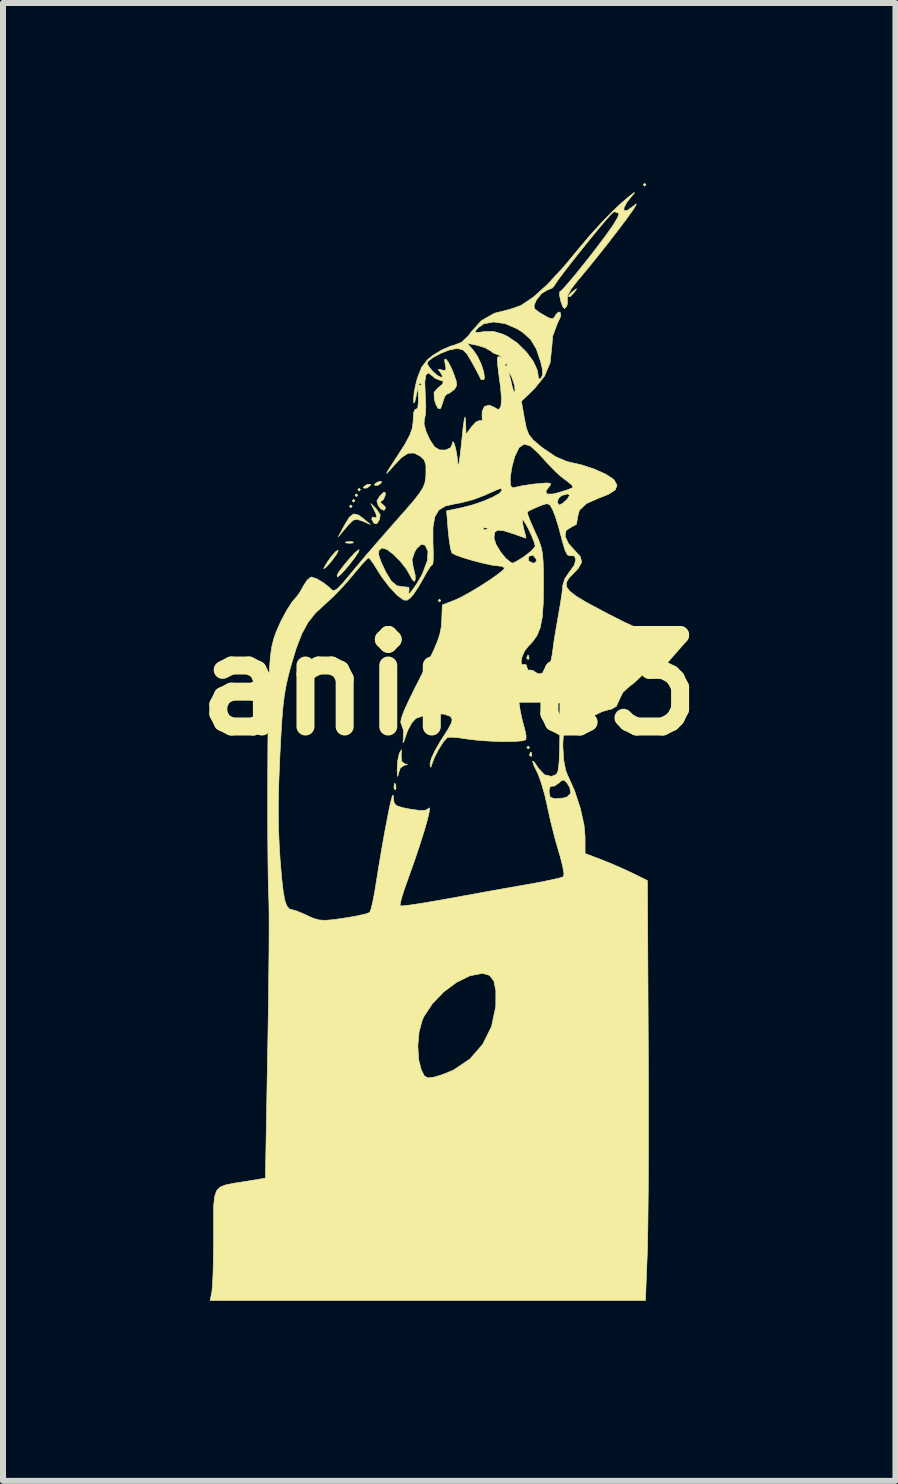
<source format=kicad_pcb>
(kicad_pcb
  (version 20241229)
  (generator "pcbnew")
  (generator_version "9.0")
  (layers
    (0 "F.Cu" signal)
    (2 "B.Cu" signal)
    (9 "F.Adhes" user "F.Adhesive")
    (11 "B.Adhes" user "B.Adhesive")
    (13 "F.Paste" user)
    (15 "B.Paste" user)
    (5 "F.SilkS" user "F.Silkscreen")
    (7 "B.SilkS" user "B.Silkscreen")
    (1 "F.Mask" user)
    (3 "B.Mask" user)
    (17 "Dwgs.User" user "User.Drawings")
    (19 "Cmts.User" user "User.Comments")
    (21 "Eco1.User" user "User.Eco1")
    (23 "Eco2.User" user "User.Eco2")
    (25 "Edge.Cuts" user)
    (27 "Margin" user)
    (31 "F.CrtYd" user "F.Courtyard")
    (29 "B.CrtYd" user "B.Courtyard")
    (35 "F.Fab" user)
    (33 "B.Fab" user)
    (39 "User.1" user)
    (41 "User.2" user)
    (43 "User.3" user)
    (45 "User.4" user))
  (footprint "anime3"
    (layer "F.Cu")
    (at 4.434 8.364)
    (property "Reference" "anime3" (at 0 0 0) (layer "F.SilkS") (effects (font (size 1.524 1.524) (thickness 0.3))))
    (attr through_hole)
    (fp_poly (pts (xy -1.616 -2.979) (xy -1.639 -2.956) (xy -1.663 -2.979) (xy -1.639 -3.002) (xy -1.616 -2.979)) (stroke (width 0.01) (type solid)) (fill yes) (layer "F.SilkS"))
    (fp_poly (pts (xy -1.57 -3.071) (xy -1.593 -3.048) (xy -1.616 -3.071) (xy -1.593 -3.094) (xy -1.57 -3.071)) (stroke (width 0.01) (type solid)) (fill yes) (layer "F.SilkS"))
    (fp_poly (pts (xy -1.524 -3.163) (xy -1.547 -3.14) (xy -1.57 -3.163) (xy -1.547 -3.187) (xy -1.524 -3.163)) (stroke (width 0.01) (type solid)) (fill yes) (layer "F.SilkS"))
    (fp_poly (pts (xy -1.478 -3.256) (xy -1.501 -3.233) (xy -1.524 -3.256) (xy -1.501 -3.279) (xy -1.478 -3.256)) (stroke (width 0.01) (type solid)) (fill yes) (layer "F.SilkS"))
    (fp_poly (pts (xy -0.139 -1.409) (xy -0.162 -1.385) (xy -0.185 -1.409) (xy -0.162 -1.432) (xy -0.139 -1.409)) (stroke (width 0.01) (type solid)) (fill yes) (layer "F.SilkS"))
    (fp_poly (pts (xy 1.339 1.039) (xy 1.316 1.062) (xy 1.293 1.039) (xy 1.316 1.016) (xy 1.339 1.039)) (stroke (width 0.01) (type solid)) (fill yes) (layer "F.SilkS"))
    (fp_poly (pts (xy 3.279 -8.336) (xy 3.256 -8.313) (xy 3.233 -8.336) (xy 3.256 -8.359) (xy 3.279 -8.336)) (stroke (width 0.01) (type solid)) (fill yes) (layer "F.SilkS"))
    (fp_poly (pts (xy -1.605 -2.386) (xy -1.599 -2.369) (xy -1.663 -2.363) (xy -1.728 -2.37) (xy -1.72 -2.386) (xy -1.626 -2.392) (xy -1.605 -2.386)) (stroke (width 0.01) (type solid)) (fill yes) (layer "F.SilkS"))
    (fp_poly (pts (xy -0.892 1.654) (xy -0.887 1.726) (xy -0.896 1.742) (xy -0.917 1.729) (xy -0.92 1.682) (xy -0.909 1.633) (xy -0.892 1.654)) (stroke (width 0.01) (type solid)) (fill yes) (layer "F.SilkS"))
    (fp_poly (pts (xy 1.324 -0.493) (xy 1.329 -0.438) (xy 1.324 -0.431) (xy 1.296 -0.437) (xy 1.293 -0.462) (xy 1.31 -0.5) (xy 1.324 -0.493)) (stroke (width 0.01) (type solid)) (fill yes) (layer "F.SilkS"))
    (fp_poly (pts (xy 1.37 1.124) (xy 1.376 1.179) (xy 1.37 1.185) (xy 1.343 1.179) (xy 1.339 1.155) (xy 1.356 1.117) (xy 1.37 1.124)) (stroke (width 0.01) (type solid)) (fill yes) (layer "F.SilkS"))
    (fp_poly (pts (xy -1.317 -3.325) (xy -1.366 -3.286) (xy -1.419 -3.28) (xy -1.432 -3.297) (xy -1.395 -3.327) (xy -1.36 -3.343) (xy -1.312 -3.346) (xy -1.317 -3.325)) (stroke (width 0.01) (type solid)) (fill yes) (layer "F.SilkS"))
    (fp_poly (pts (xy -1.132 -3.371) (xy -1.181 -3.332) (xy -1.234 -3.326) (xy -1.247 -3.343) (xy -1.211 -3.373) (xy -1.175 -3.389) (xy -1.128 -3.392) (xy -1.132 -3.371)) (stroke (width 0.01) (type solid)) (fill yes) (layer "F.SilkS"))
    (fp_poly (pts (xy 2.11 -6.58) (xy 2.084 -6.546) (xy 2.017 -6.474) (xy 1.987 -6.475) (xy 1.986 -6.483) (xy 2.017 -6.521) (xy 2.067 -6.564) (xy 2.121 -6.604) (xy 2.11 -6.58)) (stroke (width 0.01) (type solid)) (fill yes) (layer "F.SilkS"))
    (fp_poly (pts (xy -1.85 -2.24) (xy -1.878 -2.18) (xy -1.949 -2.082) (xy -1.99 -2.032) (xy -2.061 -1.957) (xy -2.09 -1.94) (xy -2.082 -1.963) (xy -2.022 -2.062) (xy -1.952 -2.157) (xy -1.889 -2.226) (xy -1.853 -2.248) (xy -1.85 -2.24)) (stroke (width 0.01) (type solid)) (fill yes) (layer "F.SilkS"))
    (fp_poly (pts (xy -1.508 -2.832) (xy -1.425 -2.77) (xy -1.316 -2.677) (xy -1.448 -2.734) (xy -1.535 -2.763) (xy -1.598 -2.749) (xy -1.672 -2.679) (xy -1.714 -2.63) (xy -1.847 -2.471) (xy -1.743 -2.667) (xy -1.662 -2.8) (xy -1.59 -2.853) (xy -1.508 -2.832)) (stroke (width 0.01) (type solid)) (fill yes) (layer "F.SilkS"))
    (fp_poly (pts (xy -1.501 -2.255) (xy -1.516 -2.212) (xy -1.574 -2.124) (xy -1.657 -2.016) (xy -1.745 -1.911) (xy -1.821 -1.832) (xy -1.861 -1.803) (xy -1.868 -1.832) (xy -1.838 -1.886) (xy -1.743 -2.011) (xy -1.644 -2.127) (xy -1.56 -2.215) (xy -1.508 -2.255) (xy -1.501 -2.255)) (stroke (width 0.01) (type solid)) (fill yes) (layer "F.SilkS"))
    (fp_poly (pts (xy -1.213 -2.933) (xy -1.15 -2.839) (xy -1.162 -2.759) (xy -1.205 -2.69) (xy -1.241 -2.69) (xy -1.262 -2.709) (xy -1.292 -2.766) (xy -1.277 -2.801) (xy -1.247 -2.794) (xy -1.205 -2.787) (xy -1.219 -2.852) (xy -1.253 -2.924) (xy -1.305 -3.025) (xy -1.213 -2.933)) (stroke (width 0.01) (type solid)) (fill yes) (layer "F.SilkS"))
    (fp_poly (pts (xy -1.064 -3.203) (xy -1.062 -3.175) (xy -1.094 -3.095) (xy -1.12 -3.075) (xy -1.154 -3.045) (xy -1.12 -3.021) (xy -1.067 -2.97) (xy -1.062 -2.952) (xy -1.085 -2.911) (xy -1.139 -2.936) (xy -1.182 -2.99) (xy -1.205 -3.07) (xy -1.154 -3.153) (xy -1.147 -3.16) (xy -1.086 -3.216) (xy -1.064 -3.203)) (stroke (width 0.01) (type solid)) (fill yes) (layer "F.SilkS"))
    (fp_poly (pts (xy -0.794 1.105) (xy -0.801 1.164) (xy -0.792 1.271) (xy -0.744 1.309) (xy -0.696 1.326) (xy -0.739 1.333) (xy -0.747 1.334) (xy -0.815 1.381) (xy -0.844 1.466) (xy -0.857 1.522) (xy -0.864 1.491) (xy -0.867 1.409) (xy -0.859 1.264) (xy -0.834 1.147) (xy -0.827 1.131) (xy -0.798 1.078) (xy -0.794 1.105)) (stroke (width 0.01) (type solid)) (fill yes) (layer "F.SilkS"))
    (fp_poly (pts (xy 3.06 -8.169) (xy 2.961 -8.047) (xy 2.912 -7.954) (xy 2.912 -7.903) (xy 2.962 -7.906) (xy 3.061 -7.975) (xy 3.065 -7.978) (xy 3.114 -8.017) (xy 3.113 -7.999) (xy 3.06 -7.915) (xy 3.047 -7.897) (xy 2.945 -7.754) (xy 2.8 -7.563) (xy 2.631 -7.344) (xy 2.455 -7.122) (xy 2.288 -6.916) (xy 2.15 -6.75) (xy 2.137 -6.736) (xy 2.035 -6.604) (xy 1.976 -6.498) (xy 1.968 -6.445) (xy 1.969 -6.35) (xy 1.952 -6.304) (xy 1.92 -6.272) (xy 1.889 -6.311) (xy 1.86 -6.394) (xy 1.837 -6.499) (xy 1.842 -6.555) (xy 1.849 -6.558) (xy 1.888 -6.592) (xy 1.974 -6.689) (xy 2.097 -6.834) (xy 2.245 -7.018) (xy 2.379 -7.187) (xy 2.58 -7.451) (xy 2.723 -7.651) (xy 2.805 -7.787) (xy 2.828 -7.856) (xy 2.824 -7.862) (xy 2.756 -7.887) (xy 2.733 -7.879) (xy 2.684 -7.832) (xy 2.593 -7.728) (xy 2.471 -7.583) (xy 2.33 -7.411) (xy 2.183 -7.228) (xy 2.041 -7.049) (xy 1.916 -6.887) (xy 1.819 -6.758) (xy 1.764 -6.677) (xy 1.755 -6.658) (xy 1.716 -6.615) (xy 1.64 -6.585) (xy 1.539 -6.525) (xy 1.455 -6.421) (xy 1.454 -6.419) (xy 1.413 -6.326) (xy 1.421 -6.27) (xy 1.493 -6.214) (xy 1.534 -6.189) (xy 1.654 -6.12) (xy 1.72 -6.102) (xy 1.756 -6.131) (xy 1.773 -6.168) (xy 1.819 -6.215) (xy 1.848 -6.211) (xy 1.86 -6.153) (xy 1.809 -6.04) (xy 1.803 -6.029) (xy 1.724 -5.816) (xy 1.709 -5.639) (xy 1.681 -5.373) (xy 1.589 -5.15) (xy 1.421 -4.941) (xy 1.391 -4.911) (xy 1.202 -4.73) (xy 1.253 -4.439) (xy 1.285 -4.282) (xy 1.326 -4.175) (xy 1.396 -4.086) (xy 1.515 -3.984) (xy 1.561 -3.948) (xy 1.774 -3.805) (xy 1.964 -3.724) (xy 2.006 -3.715) (xy 2.212 -3.667) (xy 2.42 -3.598) (xy 2.601 -3.517) (xy 2.727 -3.437) (xy 2.748 -3.417) (xy 2.796 -3.33) (xy 2.766 -3.252) (xy 2.653 -3.179) (xy 2.496 -3.118) (xy 2.287 -3.025) (xy 2.168 -2.914) (xy 2.134 -2.783) (xy 2.135 -2.77) (xy 2.12 -2.68) (xy 2.035 -2.633) (xy 2.032 -2.632) (xy 1.945 -2.576) (xy 1.931 -2.479) (xy 1.987 -2.358) (xy 2.08 -2.255) (xy 2.183 -2.142) (xy 2.207 -2.049) (xy 2.152 -1.948) (xy 2.078 -1.87) (xy 1.996 -1.785) (xy 1.952 -1.711) (xy 1.953 -1.64) (xy 2.006 -1.566) (xy 2.117 -1.48) (xy 2.294 -1.374) (xy 2.544 -1.24) (xy 2.702 -1.158) (xy 2.905 -1.055) (xy 3.049 -0.988) (xy 3.158 -0.951) (xy 3.256 -0.938) (xy 3.365 -0.942) (xy 3.452 -0.95) (xy 3.61 -0.964) (xy 3.696 -0.962) (xy 3.733 -0.938) (xy 3.739 -0.894) (xy 3.715 -0.785) (xy 3.681 -0.712) (xy 3.603 -0.599) (xy 3.483 -0.454) (xy 3.343 -0.298) (xy 3.202 -0.152) (xy 3.08 -0.038) (xy 2.998 0.024) (xy 2.893 0.121) (xy 2.835 0.24) (xy 2.784 0.353) (xy 2.701 0.401) (xy 2.663 0.407) (xy 2.542 0.443) (xy 2.402 0.513) (xy 2.369 0.534) (xy 2.247 0.605) (xy 2.144 0.644) (xy 2.122 0.647) (xy 2.008 0.657) (xy 1.94 0.699) (xy 1.905 0.79) (xy 1.894 0.95) (xy 1.893 1.023) (xy 1.906 1.244) (xy 1.94 1.419) (xy 1.963 1.479) (xy 2.087 1.757) (xy 2.184 2.052) (xy 2.246 2.331) (xy 2.263 2.528) (xy 2.263 2.805) (xy 2.528 2.905) (xy 2.73 2.987) (xy 2.947 3.083) (xy 3.048 3.131) (xy 3.302 3.256) (xy 3.316 5.957) (xy 3.318 6.478) (xy 3.319 6.994) (xy 3.319 7.494) (xy 3.318 7.967) (xy 3.316 8.4) (xy 3.312 8.783) (xy 3.308 9.103) (xy 3.303 9.35) (xy 3.3 9.456) (xy 3.269 10.252) (xy -3.983 10.252) (xy -3.954 10.108) (xy -3.945 10.014) (xy -3.936 9.847) (xy -3.93 9.625) (xy -3.926 9.368) (xy -3.925 9.183) (xy -3.926 8.889) (xy -3.924 8.673) (xy -3.909 8.522) (xy -3.875 8.423) (xy -3.814 8.361) (xy -3.717 8.324) (xy -3.577 8.297) (xy -3.39 8.268) (xy -3.062 8.214) (xy -3.024 6.058) (xy -3.023 6.01) (xy -0.523 6.01) (xy -0.509 6.24) (xy -0.466 6.41) (xy -0.415 6.511) (xy -0.354 6.544) (xy -0.259 6.532) (xy -0.126 6.493) (xy 0.032 6.43) (xy 0.079 6.408) (xy 0.347 6.227) (xy 0.559 5.982) (xy 0.705 5.688) (xy 0.774 5.362) (xy 0.776 5.335) (xy 0.777 5.093) (xy 0.744 4.929) (xy 0.671 4.835) (xy 0.557 4.803) (xy 0.547 4.803) (xy 0.343 4.843) (xy 0.123 4.951) (xy -0.092 5.111) (xy -0.28 5.307) (xy -0.422 5.522) (xy -0.449 5.579) (xy -0.502 5.776) (xy -0.523 6.01) (xy -3.023 6.01) (xy -3.016 5.608) (xy -3.01 5.175) (xy -3.006 4.772) (xy -3.002 4.408) (xy -3.001 4.094) (xy -3.001 3.842) (xy -3.003 3.663) (xy -3.005 3.579) (xy -3.011 3.424) (xy -3.016 3.191) (xy -3.02 2.895) (xy -3.023 2.551) (xy -3.024 2.174) (xy -3.024 2.034) (xy -2.848 2.034) (xy -2.844 2.391) (xy -2.829 2.733) (xy -2.817 2.909) (xy -2.792 3.212) (xy -2.767 3.433) (xy -2.739 3.586) (xy -2.705 3.68) (xy -2.664 3.729) (xy -2.615 3.742) (xy -2.544 3.762) (xy -2.428 3.81) (xy -2.378 3.833) (xy -2.267 3.884) (xy -2.171 3.912) (xy -2.066 3.919) (xy -1.925 3.907) (xy -1.722 3.877) (xy -1.695 3.873) (xy -1.527 3.843) (xy -1.396 3.813) (xy -1.328 3.789) (xy -1.325 3.787) (xy -1.302 3.73) (xy -1.272 3.603) (xy -1.239 3.43) (xy -1.225 3.343) (xy -1.178 3.048) (xy -1.127 2.745) (xy -1.076 2.456) (xy -1.028 2.204) (xy -0.989 2.01) (xy -0.973 1.94) (xy -0.947 1.844) (xy -0.934 1.834) (xy -0.928 1.897) (xy -0.917 1.966) (xy -0.874 2.01) (xy -0.778 2.041) (xy -0.658 2.065) (xy -0.489 2.089) (xy -0.392 2.084) (xy -0.355 2.061) (xy -0.329 2.045) (xy -0.332 2.106) (xy -0.361 2.234) (xy -0.413 2.418) (xy -0.486 2.648) (xy -0.575 2.915) (xy -0.679 3.208) (xy -0.693 3.246) (xy -0.756 3.425) (xy -0.8 3.569) (xy -0.819 3.659) (xy -0.818 3.677) (xy -0.767 3.677) (xy -0.64 3.662) (xy -0.454 3.634) (xy -0.224 3.595) (xy -0.039 3.562) (xy 0.274 3.505) (xy 0.611 3.444) (xy 0.937 3.385) (xy 1.219 3.336) (xy 1.293 3.323) (xy 1.515 3.283) (xy 1.703 3.244) (xy 1.839 3.213) (xy 1.905 3.191) (xy 1.907 3.189) (xy 1.911 3.133) (xy 1.889 3.011) (xy 1.847 2.848) (xy 1.829 2.79) (xy 1.762 2.555) (xy 1.694 2.287) (xy 1.639 2.04) (xy 1.638 2.032) (xy 1.591 1.827) (xy 1.576 1.775) (xy 1.663 1.775) (xy 1.681 1.865) (xy 1.753 1.893) (xy 1.774 1.893) (xy 1.894 1.882) (xy 1.959 1.865) (xy 2.025 1.804) (xy 2.008 1.704) (xy 1.968 1.639) (xy 1.914 1.58) (xy 1.866 1.594) (xy 1.826 1.631) (xy 1.75 1.682) (xy 1.705 1.683) (xy 1.674 1.702) (xy 1.663 1.775) (xy 1.576 1.775) (xy 1.536 1.635) (xy 1.484 1.492) (xy 1.473 1.468) (xy 1.411 1.337) (xy 1.389 1.269) (xy 1.405 1.269) (xy 1.46 1.346) (xy 1.477 1.374) (xy 1.584 1.492) (xy 1.701 1.521) (xy 1.786 1.488) (xy 1.813 1.427) (xy 1.831 1.281) (xy 1.84 1.048) (xy 1.842 0.868) (xy 1.844 0.283) (xy 1.501 0.285) (xy 1.159 0.286) (xy 1.184 0.432) (xy 1.217 0.585) (xy 1.256 0.73) (xy 1.28 0.84) (xy 1.277 0.907) (xy 1.275 0.911) (xy 1.21 0.929) (xy 1.077 0.939) (xy 0.898 0.941) (xy 0.697 0.934) (xy 0.496 0.921) (xy 0.32 0.901) (xy 0.29 0.896) (xy 0.135 0.874) (xy 0.017 0.867) (xy -0.034 0.874) (xy -0.098 0.947) (xy -0.176 1.069) (xy -0.246 1.203) (xy -0.279 1.289) (xy -0.305 1.367) (xy -0.316 1.359) (xy -0.319 1.306) (xy -0.297 1.22) (xy -0.233 1.085) (xy -0.142 0.926) (xy -0.118 0.89) (xy -0.018 0.734) (xy 0.035 0.634) (xy 0.049 0.574) (xy 0.029 0.534) (xy 0.009 0.516) (xy -0.091 0.482) (xy -0.242 0.479) (xy -0.406 0.502) (xy -0.548 0.551) (xy -0.555 0.555) (xy -0.621 0.625) (xy -0.689 0.749) (xy -0.716 0.821) (xy -0.754 0.933) (xy -0.77 0.96) (xy -0.766 0.904) (xy -0.763 0.882) (xy -0.762 0.75) (xy -0.794 0.659) (xy -0.808 0.619) (xy -0.797 0.55) (xy -0.758 0.442) (xy -0.686 0.282) (xy -0.577 0.059) (xy -0.492 -0.108) (xy -0.357 -0.376) (xy -0.352 -0.387) (xy 1.197 -0.387) (xy 1.21 -0.34) (xy 1.247 -0.346) (xy 1.286 -0.335) (xy 1.293 -0.3) (xy 1.313 -0.249) (xy 1.336 -0.252) (xy 1.395 -0.246) (xy 1.408 -0.232) (xy 1.481 -0.188) (xy 1.577 -0.199) (xy 1.652 -0.26) (xy 1.655 -0.266) (xy 1.685 -0.358) (xy 1.714 -0.5) (xy 1.725 -0.577) (xy 1.747 -0.739) (xy 1.781 -0.948) (xy 1.818 -1.162) (xy 1.821 -1.178) (xy 1.854 -1.367) (xy 1.879 -1.533) (xy 1.891 -1.646) (xy 1.892 -1.66) (xy 1.924 -1.768) (xy 2.001 -1.885) (xy 2.015 -1.9) (xy 2.084 -2) (xy 2.108 -2.092) (xy 2.086 -2.152) (xy 2.018 -2.157) (xy 2.013 -2.155) (xy 1.971 -2.168) (xy 1.93 -2.245) (xy 1.884 -2.4) (xy 1.868 -2.462) (xy 1.819 -2.646) (xy 1.768 -2.81) (xy 1.725 -2.92) (xy 1.724 -2.921) (xy 1.679 -3.001) (xy 1.63 -3.024) (xy 1.546 -3) (xy 1.49 -2.977) (xy 1.378 -2.928) (xy 1.309 -2.892) (xy 1.302 -2.887) (xy 1.31 -2.839) (xy 1.351 -2.73) (xy 1.416 -2.583) (xy 1.426 -2.56) (xy 1.486 -2.429) (xy 1.526 -2.318) (xy 1.551 -2.206) (xy 1.564 -2.068) (xy 1.569 -1.882) (xy 1.57 -1.653) (xy 1.566 -1.352) (xy 1.549 -1.125) (xy 1.515 -0.954) (xy 1.46 -0.822) (xy 1.379 -0.711) (xy 1.314 -0.644) (xy 1.254 -0.565) (xy 1.213 -0.471) (xy 1.197 -0.387) (xy -0.352 -0.387) (xy -0.259 -0.58) (xy -0.194 -0.735) (xy -0.154 -0.859) (xy -0.133 -0.968) (xy -0.125 -1.072) (xy -0.115 -1.336) (xy 0.083 -1.411) (xy 0.201 -1.466) (xy 0.353 -1.55) (xy 0.518 -1.649) (xy 0.677 -1.752) (xy 0.81 -1.846) (xy 0.899 -1.918) (xy 0.923 -1.951) (xy 0.884 -1.978) (xy 0.819 -1.986) (xy 0.717 -1.998) (xy 0.567 -2.03) (xy 0.398 -2.074) (xy 0.236 -2.122) (xy 0.11 -2.167) (xy 0.047 -2.2) (xy 0.025 -2.263) (xy 0.003 -2.391) (xy -0.005 -2.46) (xy 0.747 -2.46) (xy 0.748 -2.443) (xy 0.781 -2.342) (xy 0.853 -2.222) (xy 0.942 -2.112) (xy 1.026 -2.043) (xy 1.06 -2.032) (xy 1.111 -2.056) (xy 1.209 -2.116) (xy 1.232 -2.131) (xy 1.32 -2.131) (xy 1.321 -2.069) (xy 1.39 -2.034) (xy 1.415 -2.032) (xy 1.454 -2.065) (xy 1.448 -2.101) (xy 1.396 -2.165) (xy 1.334 -2.149) (xy 1.32 -2.131) (xy 1.232 -2.131) (xy 1.259 -2.149) (xy 1.363 -2.231) (xy 1.425 -2.3) (xy 1.432 -2.319) (xy 1.414 -2.386) (xy 1.372 -2.492) (xy 1.317 -2.608) (xy 1.264 -2.705) (xy 1.227 -2.757) (xy 1.219 -2.759) (xy 1.219 -2.708) (xy 1.241 -2.606) (xy 1.244 -2.595) (xy 1.271 -2.496) (xy 1.279 -2.449) (xy 1.278 -2.448) (xy 1.234 -2.463) (xy 1.133 -2.498) (xy 1.085 -2.516) (xy 0.912 -2.571) (xy 0.807 -2.582) (xy 0.757 -2.546) (xy 0.747 -2.46) (xy -0.005 -2.46) (xy -0.016 -2.558) (xy -0.017 -2.572) (xy -0.021 -2.617) (xy 0.57 -2.617) (xy 0.576 -2.59) (xy 0.6 -2.586) (xy 0.638 -2.603) (xy 0.631 -2.617) (xy 0.576 -2.622) (xy 0.57 -2.617) (xy -0.021 -2.617) (xy -0.044 -2.903) (xy 0.218 -2.958) (xy 0.391 -3.003) (xy 0.513 -3.045) (xy 1.801 -3.045) (xy 1.827 -3.004) (xy 1.84 -3.002) (xy 1.897 -3.033) (xy 1.963 -3.094) (xy 2.008 -3.164) (xy 1.976 -3.186) (xy 1.874 -3.159) (xy 1.819 -3.11) (xy 1.801 -3.045) (xy 0.513 -3.045) (xy 0.566 -3.063) (xy 0.72 -3.129) (xy 0.832 -3.191) (xy 0.877 -3.24) (xy 0.877 -3.242) (xy 0.873 -3.269) (xy 0.847 -3.273) (xy 0.781 -3.249) (xy 0.656 -3.193) (xy 0.596 -3.166) (xy 0.406 -3.093) (xy 0.198 -3.038) (xy 0.105 -3.022) (xy -0.061 -2.985) (xy -0.174 -2.917) (xy -0.241 -2.801) (xy -0.271 -2.624) (xy -0.271 -2.373) (xy -0.27 -2.353) (xy -0.265 -2.187) (xy -0.267 -2.066) (xy -0.275 -2.011) (xy -0.278 -2.01) (xy -0.311 -1.981) (xy -0.37 -1.89) (xy -0.432 -1.778) (xy -0.517 -1.631) (xy -0.599 -1.509) (xy -0.645 -1.456) (xy -0.703 -1.414) (xy -0.757 -1.418) (xy -0.837 -1.475) (xy -0.884 -1.516) (xy -0.998 -1.637) (xy -1.118 -1.795) (xy -1.178 -1.888) (xy -1.256 -2.013) (xy -1.317 -2.099) (xy -1.343 -2.123) (xy -1.382 -2.09) (xy -1.463 -2.002) (xy -1.572 -1.874) (xy -1.614 -1.822) (xy -1.761 -1.653) (xy -1.918 -1.488) (xy -2.055 -1.36) (xy -2.067 -1.35) (xy -2.226 -1.204) (xy -2.351 -1.047) (xy -2.455 -0.857) (xy -2.549 -0.614) (xy -2.632 -0.339) (xy -2.68 -0.161) (xy -2.717 0.001) (xy -2.746 0.166) (xy -2.769 0.353) (xy -2.788 0.579) (xy -2.805 0.863) (xy -2.821 1.175) (xy -2.84 1.637) (xy -2.848 2.034) (xy -3.024 2.034) (xy -3.024 1.779) (xy -3.023 1.379) (xy -3.021 0.991) (xy -3.017 0.629) (xy -3.013 0.307) (xy -3.007 0.04) (xy -3.006 0.025) (xy -2.995 -0.258) (xy -2.98 -0.47) (xy -2.957 -0.634) (xy -2.924 -0.77) (xy -2.883 -0.886) (xy -2.801 -1.071) (xy -2.705 -1.249) (xy -2.612 -1.394) (xy -2.537 -1.478) (xy -2.498 -1.531) (xy -2.44 -1.632) (xy -2.43 -1.651) (xy -2.365 -1.75) (xy -2.304 -1.8) (xy -2.295 -1.801) (xy -2.209 -1.773) (xy -2.095 -1.705) (xy -1.99 -1.621) (xy -1.958 -1.588) (xy -1.921 -1.572) (xy -1.864 -1.605) (xy -1.774 -1.697) (xy -1.658 -1.837) (xy -1.537 -1.983) (xy -1.378 -2.171) (xy -1.176 -2.171) (xy -1.135 -2.05) (xy -1.06 -1.89) (xy -0.967 -1.736) (xy -0.874 -1.656) (xy -0.764 -1.637) (xy -0.748 -1.638) (xy -0.672 -1.629) (xy -0.669 -1.579) (xy -0.681 -1.524) (xy -0.657 -1.533) (xy -0.607 -1.591) (xy -0.543 -1.684) (xy -0.476 -1.798) (xy -0.442 -1.864) (xy -0.364 -2.073) (xy -0.354 -2.227) (xy -0.354 -2.228) (xy -0.399 -2.33) (xy -0.465 -2.346) (xy -0.542 -2.276) (xy -0.575 -2.221) (xy -0.62 -2.09) (xy -0.599 -1.957) (xy -0.595 -1.945) (xy -0.567 -1.832) (xy -0.566 -1.754) (xy -0.586 -1.727) (xy -0.623 -1.769) (xy -0.638 -1.801) (xy -0.71 -1.93) (xy -0.814 -2.062) (xy -0.929 -2.178) (xy -1.036 -2.259) (xy -1.116 -2.285) (xy -1.124 -2.282) (xy -1.172 -2.244) (xy -1.176 -2.171) (xy -1.378 -2.171) (xy -1.373 -2.177) (xy -1.183 -2.397) (xy -0.986 -2.622) (xy -0.904 -2.715) (xy -0.717 -2.927) (xy -0.582 -3.084) (xy -0.492 -3.201) (xy -0.436 -3.291) (xy -0.406 -3.368) (xy -0.396 -3.427) (xy 1.016 -3.427) (xy 1.022 -3.322) (xy 1.054 -3.288) (xy 1.12 -3.3) (xy 1.225 -3.323) (xy 1.379 -3.346) (xy 1.478 -3.357) (xy 1.62 -3.368) (xy 1.685 -3.362) (xy 1.687 -3.336) (xy 1.674 -3.321) (xy 1.611 -3.232) (xy 1.627 -3.185) (xy 1.72 -3.183) (xy 1.829 -3.209) (xy 1.958 -3.25) (xy 2.045 -3.284) (xy 2.063 -3.294) (xy 2.044 -3.332) (xy 1.97 -3.394) (xy 1.96 -3.401) (xy 1.867 -3.471) (xy 1.766 -3.563) (xy 1.639 -3.694) (xy 1.481 -3.868) (xy 1.351 -3.985) (xy 1.248 -4.015) (xy 1.163 -3.957) (xy 1.092 -3.808) (xy 1.09 -3.802) (xy 1.045 -3.636) (xy 1.019 -3.475) (xy 1.016 -3.427) (xy -0.396 -3.427) (xy -0.392 -3.447) (xy -0.388 -3.512) (xy -0.388 -3.66) (xy -0.414 -3.748) (xy -0.474 -3.809) (xy -0.476 -3.81) (xy -0.585 -3.867) (xy -0.685 -3.863) (xy -0.794 -3.792) (xy -0.92 -3.66) (xy -1.002 -3.567) (xy -1.041 -3.527) (xy -1.037 -3.546) (xy -0.986 -3.628) (xy -0.887 -3.781) (xy -0.855 -3.829) (xy -0.732 -4.023) (xy -0.656 -4.166) (xy -0.615 -4.281) (xy -0.606 -4.354) (xy -0.42 -4.354) (xy -0.386 -4.225) (xy -0.32 -4.082) (xy -0.243 -3.967) (xy -0.16 -3.918) (xy -0.059 -3.917) (xy 0.023 -3.956) (xy 0.049 -4.012) (xy 0.06 -4.058) (xy 0.08 -4.032) (xy 0.104 -3.954) (xy 0.126 -3.844) (xy 0.141 -3.721) (xy 0.142 -3.695) (xy 0.15 -3.657) (xy 0.163 -3.702) (xy 0.181 -3.821) (xy 0.202 -4.006) (xy 0.208 -4.064) (xy 0.23 -4.278) (xy 0.249 -4.414) (xy 0.262 -4.466) (xy 0.271 -4.431) (xy 0.272 -4.41) (xy 0.28 -4.179) (xy 0.375 -4.307) (xy 0.449 -4.385) (xy 0.508 -4.409) (xy 0.513 -4.407) (xy 0.549 -4.407) (xy 0.55 -4.418) (xy 0.547 -4.491) (xy 0.549 -4.56) (xy 0.587 -4.643) (xy 0.669 -4.665) (xy 0.765 -4.62) (xy 0.774 -4.61) (xy 0.829 -4.59) (xy 0.862 -4.649) (xy 0.871 -4.777) (xy 0.856 -4.956) (xy 0.825 -5.187) (xy 0.822 -5.214) (xy 0.991 -5.214) (xy 0.995 -5.195) (xy 1.025 -5.081) (xy 1.052 -4.965) (xy 1.076 -4.889) (xy 1.095 -4.893) (xy 1.097 -4.901) (xy 1.089 -4.992) (xy 1.049 -5.114) (xy 1.041 -5.132) (xy 1.002 -5.208) (xy 0.991 -5.214) (xy 0.822 -5.214) (xy 0.808 -5.334) (xy 0.924 -5.334) (xy 0.947 -5.311) (xy 0.97 -5.334) (xy 0.947 -5.357) (xy 0.924 -5.334) (xy 0.808 -5.334) (xy 0.807 -5.341) (xy 0.803 -5.43) (xy 0.811 -5.47) (xy 0.833 -5.473) (xy 0.845 -5.467) (xy 0.875 -5.459) (xy 0.862 -5.477) (xy 0.805 -5.511) (xy 0.793 -5.51) (xy 0.738 -5.531) (xy 0.69 -5.568) (xy 0.595 -5.622) (xy 0.465 -5.662) (xy 0.459 -5.663) (xy 0.3 -5.694) (xy 0.398 -5.583) (xy 0.471 -5.477) (xy 0.534 -5.344) (xy 0.576 -5.214) (xy 0.587 -5.117) (xy 0.576 -5.088) (xy 0.531 -5.09) (xy 0.524 -5.103) (xy 0.493 -5.167) (xy 0.432 -5.282) (xy 0.378 -5.38) (xy 0.299 -5.513) (xy 0.235 -5.581) (xy 0.162 -5.604) (xy 0.104 -5.604) (xy -0.007 -5.581) (xy -0.138 -5.529) (xy -0.261 -5.464) (xy -0.347 -5.4) (xy -0.369 -5.362) (xy -0.341 -5.307) (xy -0.275 -5.227) (xy -0.195 -5.157) (xy -0.133 -5.127) (xy -0.109 -5.141) (xy -0.142 -5.201) (xy -0.144 -5.204) (xy -0.183 -5.26) (xy -0.152 -5.26) (xy -0.122 -5.25) (xy -0.063 -5.239) (xy -0.055 -5.285) (xy -0.066 -5.337) (xy -0.078 -5.422) (xy -0.058 -5.433) (xy -0.016 -5.382) (xy 0.038 -5.277) (xy 0.071 -5.197) (xy 0.116 -5.068) (xy 0.124 -4.993) (xy 0.096 -4.94) (xy 0.078 -4.921) (xy 0.002 -4.863) (xy -0.037 -4.849) (xy -0.075 -4.809) (xy -0.108 -4.712) (xy -0.11 -4.702) (xy -0.143 -4.609) (xy -0.184 -4.606) (xy -0.227 -4.689) (xy -0.249 -4.767) (xy -0.253 -4.876) (xy -0.192 -4.947) (xy -0.185 -4.952) (xy -0.107 -5.018) (xy -0.102 -5.066) (xy -0.156 -5.08) (xy -0.237 -5.113) (xy -0.277 -5.149) (xy -0.345 -5.202) (xy -0.389 -5.167) (xy -0.407 -5.046) (xy -0.399 -4.841) (xy -0.399 -4.831) (xy -0.39 -4.659) (xy -0.394 -4.519) (xy -0.411 -4.439) (xy -0.412 -4.438) (xy -0.42 -4.354) (xy -0.606 -4.354) (xy -0.601 -4.39) (xy -0.6 -4.42) (xy -0.591 -4.545) (xy -0.567 -4.597) (xy -0.554 -4.595) (xy -0.525 -4.616) (xy -0.514 -4.716) (xy -0.514 -4.766) (xy -0.52 -4.965) (xy -0.554 -4.803) (xy -0.577 -4.709) (xy -0.589 -4.701) (xy -0.594 -4.76) (xy -0.585 -4.872) (xy -0.557 -5.011) (xy -0.508 -5.011) (xy -0.485 -4.988) (xy -0.462 -5.011) (xy -0.485 -5.034) (xy -0.508 -5.011) (xy -0.557 -5.011) (xy -0.553 -5.028) (xy -0.529 -5.119) (xy -0.46 -5.295) (xy -0.36 -5.423) (xy -0.269 -5.496) (xy -0.123 -5.584) (xy 0.025 -5.648) (xy 0.076 -5.662) (xy 0.205 -5.711) (xy 0.319 -5.819) (xy 0.369 -5.887) (xy 0.377 -5.896) (xy 0.433 -5.896) (xy 0.44 -5.874) (xy 0.519 -5.88) (xy 0.58 -5.889) (xy 0.737 -5.893) (xy 0.894 -5.846) (xy 0.969 -5.81) (xy 1.132 -5.7) (xy 1.282 -5.553) (xy 1.401 -5.393) (xy 1.469 -5.243) (xy 1.478 -5.183) (xy 1.487 -5.103) (xy 1.52 -5.105) (xy 1.531 -5.114) (xy 1.558 -5.176) (xy 1.548 -5.284) (xy 1.523 -5.389) (xy 1.449 -5.606) (xy 1.356 -5.759) (xy 1.223 -5.878) (xy 1.132 -5.936) (xy 0.931 -6.023) (xy 0.737 -6.05) (xy 0.572 -6.018) (xy 0.483 -5.955) (xy 0.433 -5.896) (xy 0.377 -5.896) (xy 0.537 -6.072) (xy 0.752 -6.195) (xy 1.019 -6.263) (xy 1.195 -6.325) (xy 1.4 -6.462) (xy 1.637 -6.676) (xy 1.908 -6.969) (xy 2.161 -7.274) (xy 2.341 -7.488) (xy 2.542 -7.709) (xy 2.737 -7.909) (xy 2.869 -8.032) (xy 2.994 -8.139) (xy 3.07 -8.198) (xy 3.09 -8.205) (xy 3.06 -8.169)) (stroke (width 0.01) (type solid)) (fill yes) (layer "F.SilkS")))
  (gr_rect
    (start -3 -3)
    (end 11.868 21.621)
    (stroke (width 0.1) (type default))
    (fill no)
    (layer "Edge.Cuts")))
</source>
